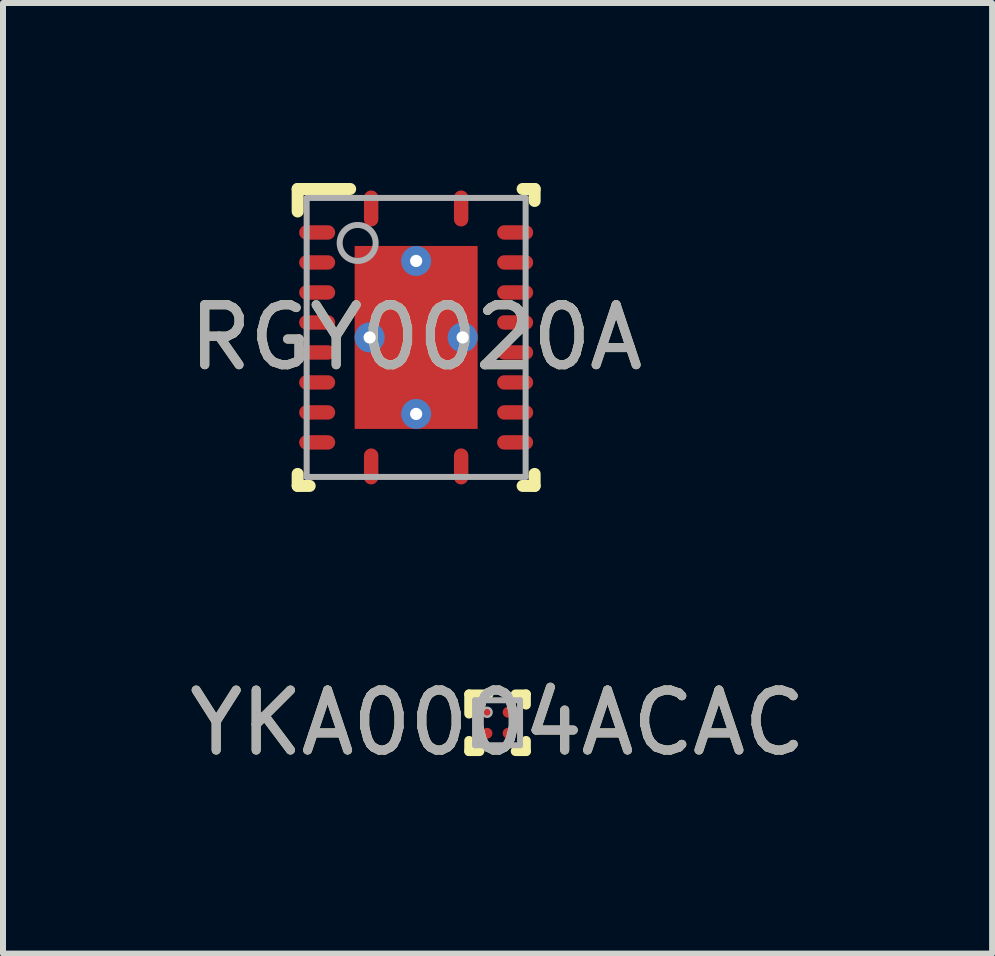
<source format=kicad_pcb>
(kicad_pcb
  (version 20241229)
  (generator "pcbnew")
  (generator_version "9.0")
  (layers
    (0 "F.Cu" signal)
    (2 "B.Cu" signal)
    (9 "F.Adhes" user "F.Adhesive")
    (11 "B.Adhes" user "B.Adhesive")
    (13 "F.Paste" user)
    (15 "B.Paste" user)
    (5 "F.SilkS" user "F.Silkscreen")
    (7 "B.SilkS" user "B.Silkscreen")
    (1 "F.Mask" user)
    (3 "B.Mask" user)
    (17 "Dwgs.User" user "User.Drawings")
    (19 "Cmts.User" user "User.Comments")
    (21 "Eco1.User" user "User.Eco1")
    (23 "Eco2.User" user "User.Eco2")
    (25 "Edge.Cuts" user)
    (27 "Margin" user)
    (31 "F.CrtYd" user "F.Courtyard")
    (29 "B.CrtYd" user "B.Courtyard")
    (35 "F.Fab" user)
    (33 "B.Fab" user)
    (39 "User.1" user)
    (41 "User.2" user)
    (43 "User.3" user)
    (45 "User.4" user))
  (footprint "YKA0004ACAC"
    (layer "F.Cu")
    (at 5.244 8.998)
    (property "Reference" "YKA0004ACAC" (at 0 0 0) (unlocked yes) (layer "F.SilkS") (effects (font (size 1 1) (thickness 0.15))))
    (attr smd)
    (fp_line (start -0.475 -0.475) (end -0.15 -0.475) (stroke (width 0.16) (type solid)) (layer "F.SilkS"))
    (fp_line (start -0.475 -0.15) (end -0.475 -0.475) (stroke (width 0.16) (type solid)) (layer "F.SilkS"))
    (fp_line (start -0.475 0.475) (end -0.475 0.3) (stroke (width 0.16) (type solid)) (layer "F.SilkS"))
    (fp_line (start -0.475 0.475) (end -0.3 0.475) (stroke (width 0.16) (type solid)) (layer "F.SilkS"))
    (fp_line (start 0.3 -0.475) (end 0.475 -0.475) (stroke (width 0.16) (type solid)) (layer "F.SilkS"))
    (fp_line (start 0.3 0.475) (end 0.475 0.475) (stroke (width 0.16) (type solid)) (layer "F.SilkS"))
    (fp_line (start 0.475 -0.3) (end 0.475 -0.475) (stroke (width 0.16) (type solid)) (layer "F.SilkS"))
    (fp_line (start 0.475 0.475) (end 0.475 0.3) (stroke (width 0.16) (type solid)) (layer "F.SilkS"))
    (fp_circle (center -0.23 -0.23) (end -0.205 -0.23) (stroke (width 0.05) (type solid)) (fill no) (layer "F.Paste"))
    (fp_circle (center -0.23 -0.12) (end -0.205 -0.12) (stroke (width 0.05) (type solid)) (fill no) (layer "F.Paste"))
    (fp_circle (center -0.23 0.12) (end -0.205 0.12) (stroke (width 0.05) (type solid)) (fill no) (layer "F.Paste"))
    (fp_circle (center -0.23 0.23) (end -0.205 0.23) (stroke (width 0.05) (type solid)) (fill no) (layer "F.Paste"))
    (fp_circle (center -0.12 -0.23) (end -0.095 -0.23) (stroke (width 0.05) (type solid)) (fill no) (layer "F.Paste"))
    (fp_circle (center -0.12 -0.12) (end -0.095 -0.12) (stroke (width 0.05) (type solid)) (fill no) (layer "F.Paste"))
    (fp_circle (center -0.12 0.12) (end -0.095 0.12) (stroke (width 0.05) (type solid)) (fill no) (layer "F.Paste"))
    (fp_circle (center -0.12 0.23) (end -0.095 0.23) (stroke (width 0.05) (type solid)) (fill no) (layer "F.Paste"))
    (fp_circle (center 0.12 -0.23) (end 0.145 -0.23) (stroke (width 0.05) (type solid)) (fill no) (layer "F.Paste"))
    (fp_circle (center 0.12 -0.12) (end 0.145 -0.12) (stroke (width 0.05) (type solid)) (fill no) (layer "F.Paste"))
    (fp_circle (center 0.12 0.12) (end 0.145 0.12) (stroke (width 0.05) (type solid)) (fill no) (layer "F.Paste"))
    (fp_circle (center 0.12 0.23) (end 0.145 0.23) (stroke (width 0.05) (type solid)) (fill no) (layer "F.Paste"))
    (fp_circle (center 0.23 -0.23) (end 0.255 -0.23) (stroke (width 0.05) (type solid)) (fill no) (layer "F.Paste"))
    (fp_circle (center 0.23 -0.12) (end 0.255 -0.12) (stroke (width 0.05) (type solid)) (fill no) (layer "F.Paste"))
    (fp_circle (center 0.23 0.12) (end 0.255 0.12) (stroke (width 0.05) (type solid)) (fill no) (layer "F.Paste"))
    (fp_circle (center 0.23 0.23) (end 0.255 0.23) (stroke (width 0.05) (type solid)) (fill no) (layer "F.Paste"))
    (fp_poly (pts (xy -0.28 -0.12) (xy -0.07 -0.12) (xy -0.07 -0.23) (xy -0.28 -0.23)) (stroke (width 0) (type solid)) (fill yes) (layer "F.Paste"))
    (fp_poly (pts (xy -0.28 0.23) (xy -0.07 0.23) (xy -0.07 0.12) (xy -0.28 0.12)) (stroke (width 0) (type solid)) (fill yes) (layer "F.Paste"))
    (fp_poly (pts (xy -0.23 0.07) (xy -0.23 0.28) (xy -0.12 0.28) (xy -0.12 0.07)) (stroke (width 0) (type solid)) (fill yes) (layer "F.Paste"))
    (fp_poly (pts (xy -0.12 -0.07) (xy -0.12 -0.28) (xy -0.23 -0.28) (xy -0.23 -0.07)) (stroke (width 0) (type solid)) (fill yes) (layer "F.Paste"))
    (fp_poly (pts (xy 0.12 0.07) (xy 0.12 0.28) (xy 0.23 0.28) (xy 0.23 0.07)) (stroke (width 0) (type solid)) (fill yes) (layer "F.Paste"))
    (fp_poly (pts (xy 0.23 -0.07) (xy 0.23 -0.28) (xy 0.12 -0.28) (xy 0.12 -0.07)) (stroke (width 0) (type solid)) (fill yes) (layer "F.Paste"))
    (fp_poly (pts (xy 0.28 -0.23) (xy 0.07 -0.23) (xy 0.07 -0.12) (xy 0.28 -0.12)) (stroke (width 0) (type solid)) (fill yes) (layer "F.Paste"))
    (fp_poly (pts (xy 0.28 0.12) (xy 0.07 0.12) (xy 0.07 0.23) (xy 0.28 0.23)) (stroke (width 0) (type solid)) (fill yes) (layer "F.Paste"))
    (fp_line (start -0.375 -0.375) (end 0.375 -0.375) (stroke (width 0.1) (type solid)) (layer "F.Fab"))
    (fp_line (start -0.375 0.375) (end -0.375 -0.375) (stroke (width 0.1) (type solid)) (layer "F.Fab"))
    (fp_line (start -0.375 0.375) (end 0.375 0.375) (stroke (width 0.1) (type solid)) (layer "F.Fab"))
    (fp_line (start 0.375 0.375) (end 0.375 -0.375) (stroke (width 0.1) (type solid)) (layer "F.Fab"))
    (fp_circle (center -0.175 -0.175) (end -0.1 -0.175) (stroke (width 0.04) (type solid)) (fill no) (layer "F.Fab"))
    (fp_text user "${REFERENCE}" (at 0 0 0) (unlocked yes) (layer "F.Fab") (effects (font (size 1 1) (thickness 0.15))))
    (pad "A1" smd circle (at -0.175 -0.175) (size 0.18 0.18) (layers "F.Cu" "F.Mask"))
    (pad "A2" smd circle (at 0.175 -0.175) (size 0.18 0.18) (layers "F.Cu" "F.Mask"))
    (pad "B1" smd circle (at -0.175 0.175) (size 0.18 0.18) (layers "F.Cu" "F.Mask"))
    (pad "B2" smd circle (at 0.175 0.175) (size 0.18 0.18) (layers "F.Cu" "F.Mask")))
  (footprint "RGY0020A"
    (layer "F.Cu")
    (at 3.887 2.575)
    (property "Reference" "RGY0020A" (at 0 0 0) (unlocked yes) (layer "F.SilkS") (effects (font (size 1 1) (thickness 0.15))))
    (attr smd)
    (fp_line (start -1.975 -2.475) (end -1.1 -2.475) (stroke (width 0.2) (type solid)) (layer "F.SilkS"))
    (fp_line (start -1.975 -2.1) (end -1.975 -2.475) (stroke (width 0.2) (type solid)) (layer "F.SilkS"))
    (fp_line (start -1.975 2.475) (end -1.975 2.275) (stroke (width 0.2) (type solid)) (layer "F.SilkS"))
    (fp_line (start -1.975 2.475) (end -1.775 2.475) (stroke (width 0.2) (type solid)) (layer "F.SilkS"))
    (fp_line (start 1.775 -2.475) (end 1.975 -2.475) (stroke (width 0.2) (type solid)) (layer "F.SilkS"))
    (fp_line (start 1.775 2.475) (end 1.975 2.475) (stroke (width 0.2) (type solid)) (layer "F.SilkS"))
    (fp_line (start 1.975 -2.275) (end 1.975 -2.475) (stroke (width 0.2) (type solid)) (layer "F.SilkS"))
    (fp_line (start 1.975 2.475) (end 1.975 2.275) (stroke (width 0.2) (type solid)) (layer "F.SilkS"))
    (fp_poly (pts (xy -0.1 -1.428) (xy -1.017 -1.428) (xy -1.017 -0.1) (xy -0.1 -0.1)) (stroke (width 0) (type solid)) (fill yes) (layer "F.Paste"))
    (fp_poly (pts (xy -0.1 0.1) (xy -1.017 0.1) (xy -1.017 1.428) (xy -0.1 1.428)) (stroke (width 0) (type solid)) (fill yes) (layer "F.Paste"))
    (fp_poly (pts (xy 0.1 -0.1) (xy 1.017 -0.1) (xy 1.017 -1.428) (xy 0.1 -1.428)) (stroke (width 0) (type solid)) (fill yes) (layer "F.Paste"))
    (fp_poly (pts (xy 0.1 1.428) (xy 1.017 1.428) (xy 1.017 0.1) (xy 0.1 0.1)) (stroke (width 0) (type solid)) (fill yes) (layer "F.Paste"))
    (fp_line (start -1.825 -2.325) (end 1.825 -2.325) (stroke (width 0.1) (type solid)) (layer "F.Fab"))
    (fp_line (start -1.825 2.325) (end -1.825 -2.325) (stroke (width 0.1) (type solid)) (layer "F.Fab"))
    (fp_line (start -1.825 2.325) (end 1.825 2.325) (stroke (width 0.1) (type solid)) (layer "F.Fab"))
    (fp_line (start 1.825 2.325) (end 1.825 -2.325) (stroke (width 0.1) (type solid)) (layer "F.Fab"))
    (fp_circle (center -0.975 -1.575) (end -0.675 -1.575) (stroke (width 0.1) (type solid)) (fill no) (layer "F.Fab"))
    (fp_text user "${REFERENCE}" (at 0 0 0) (unlocked yes) (layer "F.Fab") (effects (font (size 1 1) (thickness 0.15))))
    (pad "1" smd oval (at -0.75 -2.15) (size 0.24 0.6) (layers "F.Cu" "F.Mask" "F.Paste"))
    (pad "2" smd oval (at -1.65 -1.75 90) (size 0.24 0.6) (layers "F.Cu" "F.Mask" "F.Paste"))
    (pad "3" smd oval (at -1.65 -1.25 90) (size 0.24 0.6) (layers "F.Cu" "F.Mask" "F.Paste"))
    (pad "4" smd oval (at -1.65 -0.75 90) (size 0.24 0.6) (layers "F.Cu" "F.Mask" "F.Paste"))
    (pad "5" smd oval (at -1.65 -0.25 90) (size 0.24 0.6) (layers "F.Cu" "F.Mask" "F.Paste"))
    (pad "6" smd oval (at -1.65 0.25 90) (size 0.24 0.6) (layers "F.Cu" "F.Mask" "F.Paste"))
    (pad "7" smd oval (at -1.65 0.75 90) (size 0.24 0.6) (layers "F.Cu" "F.Mask" "F.Paste"))
    (pad "8" smd oval (at -1.65 1.25 90) (size 0.24 0.6) (layers "F.Cu" "F.Mask" "F.Paste"))
    (pad "9" smd oval (at -1.65 1.75 90) (size 0.24 0.6) (layers "F.Cu" "F.Mask" "F.Paste"))
    (pad "10" smd oval (at -0.75 2.15) (size 0.24 0.6) (layers "F.Cu" "F.Mask" "F.Paste"))
    (pad "11" smd oval (at 0.75 2.15) (size 0.24 0.6) (layers "F.Cu" "F.Mask" "F.Paste"))
    (pad "12" smd oval (at 1.65 1.75 90) (size 0.24 0.6) (layers "F.Cu" "F.Mask" "F.Paste"))
    (pad "13" smd oval (at 1.65 1.25 90) (size 0.24 0.6) (layers "F.Cu" "F.Mask" "F.Paste"))
    (pad "14" smd oval (at 1.65 0.75 90) (size 0.24 0.6) (layers "F.Cu" "F.Mask" "F.Paste"))
    (pad "15" smd oval (at 1.65 0.25 90) (size 0.24 0.6) (layers "F.Cu" "F.Mask" "F.Paste"))
    (pad "16" smd oval (at 1.65 -0.25 90) (size 0.24 0.6) (layers "F.Cu" "F.Mask" "F.Paste"))
    (pad "17" smd oval (at 1.65 -0.75 90) (size 0.24 0.6) (layers "F.Cu" "F.Mask" "F.Paste"))
    (pad "18" smd oval (at 1.65 -1.25 90) (size 0.24 0.6) (layers "F.Cu" "F.Mask" "F.Paste"))
    (pad "19" smd oval (at 1.65 -1.75 90) (size 0.24 0.6) (layers "F.Cu" "F.Mask" "F.Paste"))
    (pad "20" smd oval (at 0.75 -2.15) (size 0.24 0.6) (layers "F.Cu" "F.Mask" "F.Paste"))
    (pad "21" smd rect (at 0 0 90) (size 3.05 2.05) (layers "F.Cu" "F.Mask" "F.Paste"))
    (pad "V" thru_hole circle (at -0.775 0) (size 0.5 0.5) (drill 0.203) (layers "*.Cu" "*.Mask"))
    (pad "V" thru_hole circle (at 0 -1.275) (size 0.5 0.5) (drill 0.203) (layers "*.Cu" "*.Mask"))
    (pad "V" thru_hole circle (at 0 1.275) (size 0.5 0.5) (drill 0.203) (layers "*.Cu" "*.Mask"))
    (pad "V" thru_hole circle (at 0.775 0) (size 0.5 0.5) (drill 0.203) (layers "*.Cu" "*.Mask")))
  (gr_rect
    (start -3 -3)
    (end 13.488 12.846)
    (stroke (width 0.1) (type default))
    (fill no)
    (layer "Edge.Cuts")))
</source>
